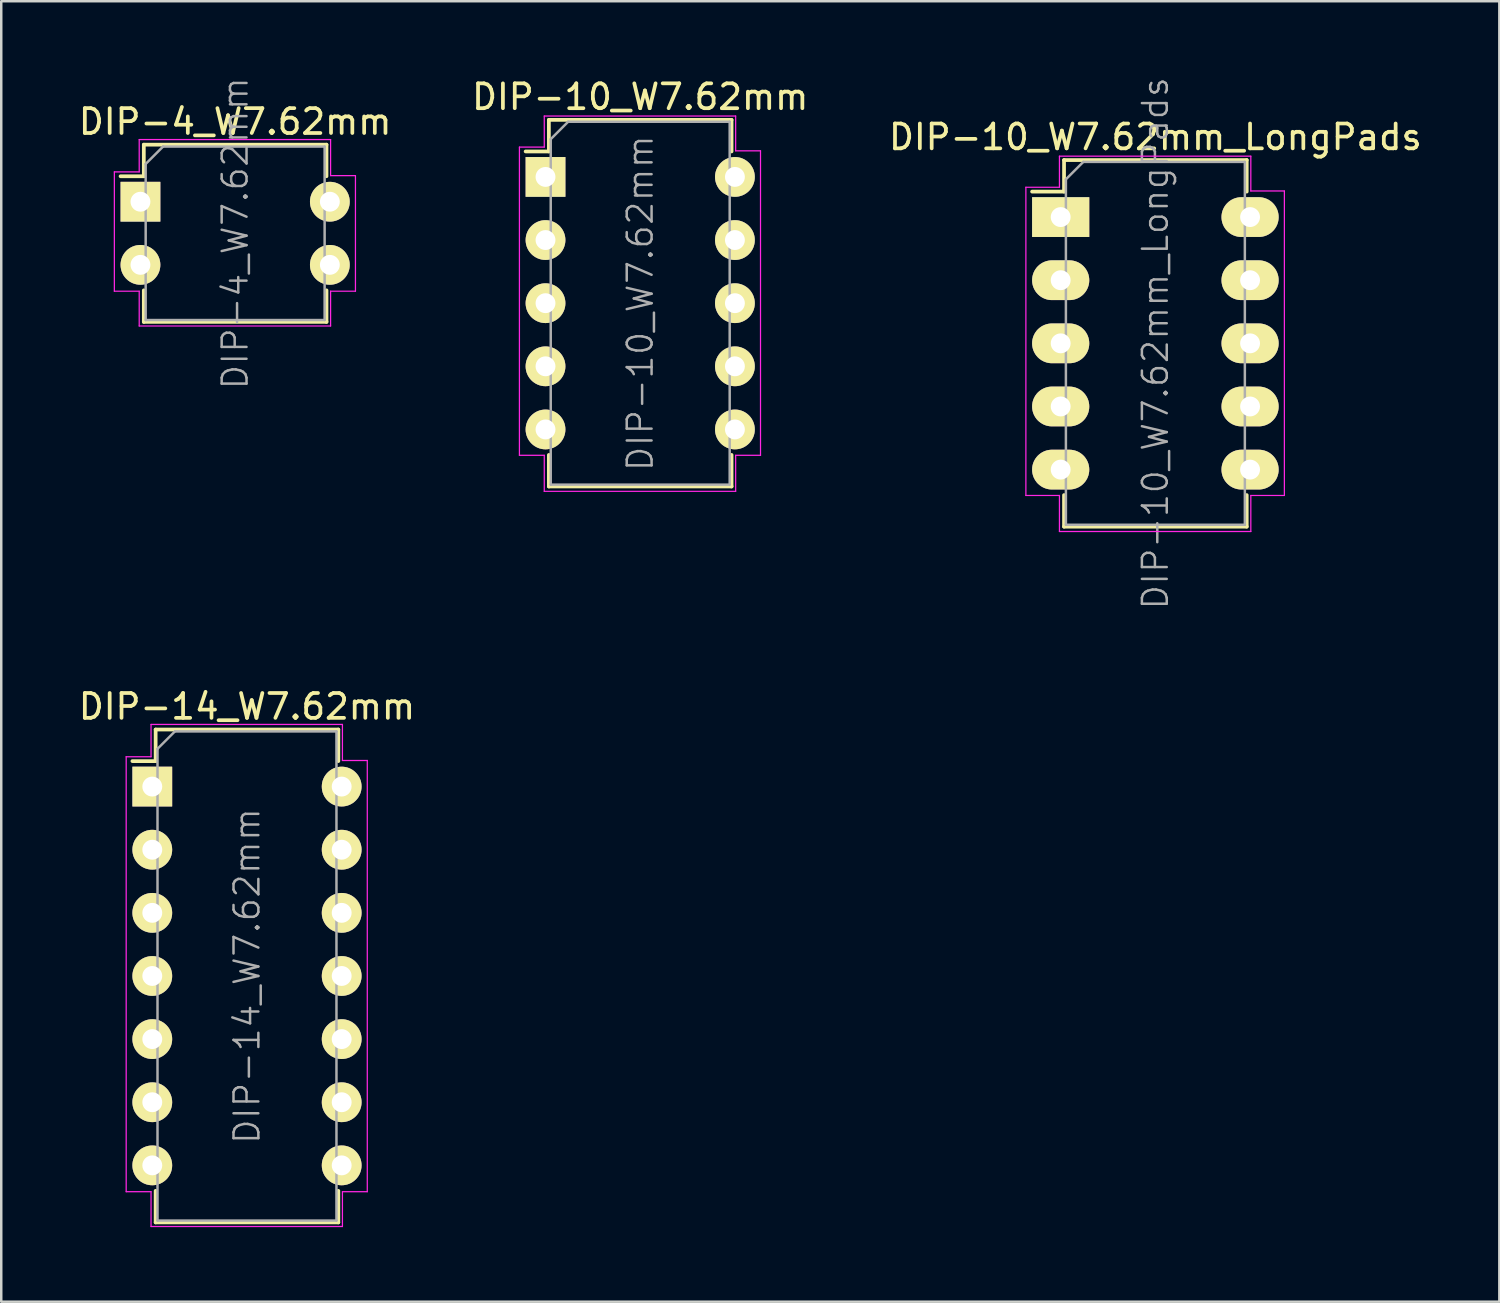
<source format=kicad_pcb>
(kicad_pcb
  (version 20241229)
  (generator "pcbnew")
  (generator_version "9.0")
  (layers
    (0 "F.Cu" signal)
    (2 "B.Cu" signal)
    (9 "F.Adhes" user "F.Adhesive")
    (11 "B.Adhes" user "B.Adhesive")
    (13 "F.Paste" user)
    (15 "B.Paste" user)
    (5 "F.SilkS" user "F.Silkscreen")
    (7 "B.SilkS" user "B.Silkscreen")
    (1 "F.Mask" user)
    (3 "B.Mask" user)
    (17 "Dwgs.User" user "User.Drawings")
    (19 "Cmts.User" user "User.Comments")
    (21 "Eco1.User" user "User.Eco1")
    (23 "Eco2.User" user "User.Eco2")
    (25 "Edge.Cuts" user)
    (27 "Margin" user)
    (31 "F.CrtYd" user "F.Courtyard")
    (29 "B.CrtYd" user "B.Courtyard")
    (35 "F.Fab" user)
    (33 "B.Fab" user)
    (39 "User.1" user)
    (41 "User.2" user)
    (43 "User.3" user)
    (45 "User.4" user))
  (footprint "DIP-14_W7.62mm"
    (layer "F.Cu")
    (at 3.077 28.597)
    (property "Reference" "DIP-14_W7.62mm" (at 3.81 -3.22 0) (layer "F.SilkS") (effects (font (size 1 1) (thickness 0.15))))
    (attr smd)
    (fp_line (start 0.135 -2.295) (end 0.135 -1.025) (stroke (width 0.15) (type solid)) (layer "F.SilkS"))
    (fp_line (start 0.135 -2.295) (end 7.485 -2.295) (stroke (width 0.15) (type solid)) (layer "F.SilkS"))
    (fp_line (start 0.135 -1.025) (end -0.8 -1.025) (stroke (width 0.15) (type solid)) (layer "F.SilkS"))
    (fp_line (start 0.135 17.535) (end 0.135 16.265) (stroke (width 0.15) (type solid)) (layer "F.SilkS"))
    (fp_line (start 0.135 17.535) (end 7.485 17.535) (stroke (width 0.15) (type solid)) (layer "F.SilkS"))
    (fp_line (start 7.485 -2.295) (end 7.485 -1.025) (stroke (width 0.15) (type solid)) (layer "F.SilkS"))
    (fp_line (start 7.485 17.535) (end 7.485 16.265) (stroke (width 0.15) (type solid)) (layer "F.SilkS"))
    (fp_line (start -1.05 -1.2) (end -1.05 16.3) (stroke (width 0.05) (type solid)) (layer "F.CrtYd"))
    (fp_line (start -1.05 -1.2) (end -0.05 -1.2) (stroke (width 0.05) (type solid)) (layer "F.CrtYd"))
    (fp_line (start -1.05 16.3) (end -0.05 16.3) (stroke (width 0.05) (type solid)) (layer "F.CrtYd"))
    (fp_line (start -0.05 -2.5) (end -0.05 -1.2) (stroke (width 0.05) (type solid)) (layer "F.CrtYd"))
    (fp_line (start -0.05 17.7) (end -0.05 16.3) (stroke (width 0.05) (type solid)) (layer "F.CrtYd"))
    (fp_line (start 7.65 -2.5) (end -0.05 -2.5) (stroke (width 0.05) (type solid)) (layer "F.CrtYd"))
    (fp_line (start 7.65 -2.5) (end 7.65 -1.05) (stroke (width 0.05) (type solid)) (layer "F.CrtYd"))
    (fp_line (start 7.65 17.7) (end -0.05 17.7) (stroke (width 0.05) (type solid)) (layer "F.CrtYd"))
    (fp_line (start 7.65 17.7) (end 7.65 16.3) (stroke (width 0.05) (type solid)) (layer "F.CrtYd"))
    (fp_line (start 8.65 -1.05) (end 7.65 -1.05) (stroke (width 0.05) (type solid)) (layer "F.CrtYd"))
    (fp_line (start 8.65 -1.05) (end 8.65 16.3) (stroke (width 0.05) (type solid)) (layer "F.CrtYd"))
    (fp_line (start 8.65 16.3) (end 7.65 16.3) (stroke (width 0.05) (type solid)) (layer "F.CrtYd"))
    (fp_line (start 0.21 -1.52) (end 0.91 -2.22) (stroke (width 0.1) (type solid)) (layer "F.Fab"))
    (fp_line (start 0.21 17.46) (end 0.21 -1.52) (stroke (width 0.1) (type solid)) (layer "F.Fab"))
    (fp_line (start 7.41 -2.22) (end 0.91 -2.22) (stroke (width 0.1) (type solid)) (layer "F.Fab"))
    (fp_line (start 7.41 17.46) (end 0.21 17.46) (stroke (width 0.1) (type solid)) (layer "F.Fab"))
    (fp_line (start 7.41 17.46) (end 7.41 -2.22) (stroke (width 0.1) (type solid)) (layer "F.Fab"))
    (fp_text user "${REFERENCE}" (at 3.81 7.62 90) (layer "F.Fab") (effects (font (size 1 1) (thickness 0.1))))
    (pad "1" thru_hole rect (at 0 0) (size 1.6 1.6) (drill 0.8) (layers "*.Cu" "*.Mask" "F.SilkS"))
    (pad "2" thru_hole oval (at 0 2.54) (size 1.6 1.6) (drill 0.8) (layers "*.Cu" "*.Mask" "F.SilkS"))
    (pad "3" thru_hole oval (at 0 5.08) (size 1.6 1.6) (drill 0.8) (layers "*.Cu" "*.Mask" "F.SilkS"))
    (pad "4" thru_hole oval (at 0 7.62) (size 1.6 1.6) (drill 0.8) (layers "*.Cu" "*.Mask" "F.SilkS"))
    (pad "5" thru_hole oval (at 0 10.16) (size 1.6 1.6) (drill 0.8) (layers "*.Cu" "*.Mask" "F.SilkS"))
    (pad "6" thru_hole oval (at 0 12.7) (size 1.6 1.6) (drill 0.8) (layers "*.Cu" "*.Mask" "F.SilkS"))
    (pad "7" thru_hole oval (at 0 15.24) (size 1.6 1.6) (drill 0.8) (layers "*.Cu" "*.Mask" "F.SilkS"))
    (pad "8" thru_hole oval (at 7.62 15.24) (size 1.6 1.6) (drill 0.8) (layers "*.Cu" "*.Mask" "F.SilkS"))
    (pad "9" thru_hole oval (at 7.62 12.7) (size 1.6 1.6) (drill 0.8) (layers "*.Cu" "*.Mask" "F.SilkS"))
    (pad "10" thru_hole oval (at 7.62 10.16) (size 1.6 1.6) (drill 0.8) (layers "*.Cu" "*.Mask" "F.SilkS"))
    (pad "11" thru_hole oval (at 7.62 7.62) (size 1.6 1.6) (drill 0.8) (layers "*.Cu" "*.Mask" "F.SilkS"))
    (pad "12" thru_hole oval (at 7.62 5.08) (size 1.6 1.6) (drill 0.8) (layers "*.Cu" "*.Mask" "F.SilkS"))
    (pad "13" thru_hole oval (at 7.62 2.54) (size 1.6 1.6) (drill 0.8) (layers "*.Cu" "*.Mask" "F.SilkS"))
    (pad "14" thru_hole oval (at 7.62 0) (size 1.6 1.6) (drill 0.8) (layers "*.Cu" "*.Mask" "F.SilkS")))
  (footprint "DIP-10_W7.62mm_LongPads"
    (layer "F.Cu")
    (at 39.625 5.684)
    (property "Reference" "DIP-10_W7.62mm_LongPads" (at 3.81 -3.22 0) (layer "F.SilkS") (effects (font (size 1 1) (thickness 0.15))))
    (attr smd)
    (fp_line (start 0.135 -2.295) (end 0.135 -1.025) (stroke (width 0.15) (type solid)) (layer "F.SilkS"))
    (fp_line (start 0.135 -2.295) (end 7.485 -2.295) (stroke (width 0.15) (type solid)) (layer "F.SilkS"))
    (fp_line (start 0.135 -1.025) (end -1.15 -1.025) (stroke (width 0.15) (type solid)) (layer "F.SilkS"))
    (fp_line (start 0.135 12.455) (end 0.135 11.185) (stroke (width 0.15) (type solid)) (layer "F.SilkS"))
    (fp_line (start 0.135 12.455) (end 7.485 12.455) (stroke (width 0.15) (type solid)) (layer "F.SilkS"))
    (fp_line (start 7.485 -2.295) (end 7.485 -1.025) (stroke (width 0.15) (type solid)) (layer "F.SilkS"))
    (fp_line (start 7.485 12.455) (end 7.485 11.185) (stroke (width 0.15) (type solid)) (layer "F.SilkS"))
    (fp_line (start -1.4 -1.2) (end -1.4 11.2) (stroke (width 0.05) (type solid)) (layer "F.CrtYd"))
    (fp_line (start -1.4 -1.2) (end -0.05 -1.2) (stroke (width 0.05) (type solid)) (layer "F.CrtYd"))
    (fp_line (start -1.4 11.2) (end -0.05 11.2) (stroke (width 0.05) (type solid)) (layer "F.CrtYd"))
    (fp_line (start -0.05 -2.45) (end -0.05 -1.2) (stroke (width 0.05) (type solid)) (layer "F.CrtYd"))
    (fp_line (start -0.05 12.65) (end -0.05 11.2) (stroke (width 0.05) (type solid)) (layer "F.CrtYd"))
    (fp_line (start 7.65 -2.45) (end -0.05 -2.45) (stroke (width 0.05) (type solid)) (layer "F.CrtYd"))
    (fp_line (start 7.65 -2.45) (end 7.65 -1.05) (stroke (width 0.05) (type solid)) (layer "F.CrtYd"))
    (fp_line (start 7.65 12.65) (end -0.05 12.65) (stroke (width 0.05) (type solid)) (layer "F.CrtYd"))
    (fp_line (start 7.65 12.65) (end 7.65 11.2) (stroke (width 0.05) (type solid)) (layer "F.CrtYd"))
    (fp_line (start 9 -1.05) (end 7.65 -1.05) (stroke (width 0.05) (type solid)) (layer "F.CrtYd"))
    (fp_line (start 9 -1.05) (end 9 11.2) (stroke (width 0.05) (type solid)) (layer "F.CrtYd"))
    (fp_line (start 9 11.2) (end 7.65 11.2) (stroke (width 0.05) (type solid)) (layer "F.CrtYd"))
    (fp_line (start 0.21 -1.52) (end 0.91 -2.22) (stroke (width 0.1) (type solid)) (layer "F.Fab"))
    (fp_line (start 0.21 12.38) (end 0.21 -1.52) (stroke (width 0.1) (type solid)) (layer "F.Fab"))
    (fp_line (start 7.41 -2.22) (end 0.91 -2.22) (stroke (width 0.1) (type solid)) (layer "F.Fab"))
    (fp_line (start 7.41 12.38) (end 0.21 12.38) (stroke (width 0.1) (type solid)) (layer "F.Fab"))
    (fp_line (start 7.41 12.38) (end 7.41 -2.22) (stroke (width 0.1) (type solid)) (layer "F.Fab"))
    (fp_text user "${REFERENCE}" (at 3.81 5.08 90) (layer "F.Fab") (effects (font (size 1 1) (thickness 0.1))))
    (pad "1" thru_hole rect (at 0 0) (size 2.3 1.6) (drill 0.8) (layers "*.Cu" "*.Mask" "F.SilkS"))
    (pad "2" thru_hole oval (at 0 2.54) (size 2.3 1.6) (drill 0.8) (layers "*.Cu" "*.Mask" "F.SilkS"))
    (pad "3" thru_hole oval (at 0 5.08) (size 2.3 1.6) (drill 0.8) (layers "*.Cu" "*.Mask" "F.SilkS"))
    (pad "4" thru_hole oval (at 0 7.62) (size 2.3 1.6) (drill 0.8) (layers "*.Cu" "*.Mask" "F.SilkS"))
    (pad "5" thru_hole oval (at 0 10.16) (size 2.3 1.6) (drill 0.8) (layers "*.Cu" "*.Mask" "F.SilkS"))
    (pad "6" thru_hole oval (at 7.62 10.16) (size 2.3 1.6) (drill 0.8) (layers "*.Cu" "*.Mask" "F.SilkS"))
    (pad "7" thru_hole oval (at 7.62 7.62) (size 2.3 1.6) (drill 0.8) (layers "*.Cu" "*.Mask" "F.SilkS"))
    (pad "8" thru_hole oval (at 7.62 5.08) (size 2.3 1.6) (drill 0.8) (layers "*.Cu" "*.Mask" "F.SilkS"))
    (pad "9" thru_hole oval (at 7.62 2.54) (size 2.3 1.6) (drill 0.8) (layers "*.Cu" "*.Mask" "F.SilkS"))
    (pad "10" thru_hole oval (at 7.62 0) (size 2.3 1.6) (drill 0.8) (layers "*.Cu" "*.Mask" "F.SilkS")))
  (footprint "DIP-4_W7.62mm"
    (layer "F.Cu")
    (at 2.601 5.066)
    (property "Reference" "DIP-4_W7.62mm" (at 3.81 -3.22 0) (layer "F.SilkS") (effects (font (size 1 1) (thickness 0.15))))
    (attr smd)
    (fp_line (start 0.135 -2.295) (end 0.135 -1.025) (stroke (width 0.15) (type solid)) (layer "F.SilkS"))
    (fp_line (start 0.135 -2.295) (end 7.485 -2.295) (stroke (width 0.15) (type solid)) (layer "F.SilkS"))
    (fp_line (start 0.135 -1.025) (end -0.8 -1.025) (stroke (width 0.15) (type solid)) (layer "F.SilkS"))
    (fp_line (start 0.135 4.835) (end 0.135 3.565) (stroke (width 0.15) (type solid)) (layer "F.SilkS"))
    (fp_line (start 0.135 4.835) (end 7.485 4.835) (stroke (width 0.15) (type solid)) (layer "F.SilkS"))
    (fp_line (start 7.485 -2.295) (end 7.485 -1.025) (stroke (width 0.15) (type solid)) (layer "F.SilkS"))
    (fp_line (start 7.485 4.835) (end 7.485 3.565) (stroke (width 0.15) (type solid)) (layer "F.SilkS"))
    (fp_line (start -1.05 -1.2) (end -1.05 3.6) (stroke (width 0.05) (type solid)) (layer "F.CrtYd"))
    (fp_line (start -1.05 -1.2) (end -0.05 -1.2) (stroke (width 0.05) (type solid)) (layer "F.CrtYd"))
    (fp_line (start -1.05 3.6) (end -0.05 3.6) (stroke (width 0.05) (type solid)) (layer "F.CrtYd"))
    (fp_line (start -0.05 -2.5) (end -0.05 -1.2) (stroke (width 0.05) (type solid)) (layer "F.CrtYd"))
    (fp_line (start -0.05 5) (end -0.05 3.6) (stroke (width 0.05) (type solid)) (layer "F.CrtYd"))
    (fp_line (start 7.65 -2.5) (end -0.05 -2.5) (stroke (width 0.05) (type solid)) (layer "F.CrtYd"))
    (fp_line (start 7.65 -2.5) (end 7.65 -1.05) (stroke (width 0.05) (type solid)) (layer "F.CrtYd"))
    (fp_line (start 7.65 5) (end -0.05 5) (stroke (width 0.05) (type solid)) (layer "F.CrtYd"))
    (fp_line (start 7.65 5) (end 7.65 3.6) (stroke (width 0.05) (type solid)) (layer "F.CrtYd"))
    (fp_line (start 8.65 -1.05) (end 7.65 -1.05) (stroke (width 0.05) (type solid)) (layer "F.CrtYd"))
    (fp_line (start 8.65 -1.05) (end 8.65 3.6) (stroke (width 0.05) (type solid)) (layer "F.CrtYd"))
    (fp_line (start 8.65 3.6) (end 7.65 3.6) (stroke (width 0.05) (type solid)) (layer "F.CrtYd"))
    (fp_line (start 0.21 -1.52) (end 0.91 -2.22) (stroke (width 0.1) (type solid)) (layer "F.Fab"))
    (fp_line (start 0.21 4.76) (end 0.21 -1.52) (stroke (width 0.1) (type solid)) (layer "F.Fab"))
    (fp_line (start 7.41 -2.22) (end 0.91 -2.22) (stroke (width 0.1) (type solid)) (layer "F.Fab"))
    (fp_line (start 7.41 4.76) (end 0.21 4.76) (stroke (width 0.1) (type solid)) (layer "F.Fab"))
    (fp_line (start 7.41 4.76) (end 7.41 -2.22) (stroke (width 0.1) (type solid)) (layer "F.Fab"))
    (fp_text user "${REFERENCE}" (at 3.81 1.27 90) (layer "F.Fab") (effects (font (size 1 1) (thickness 0.1))))
    (pad "1" thru_hole rect (at 0 0) (size 1.6 1.6) (drill 0.8) (layers "*.Cu" "*.Mask" "F.SilkS"))
    (pad "2" thru_hole oval (at 0 2.54) (size 1.6 1.6) (drill 0.8) (layers "*.Cu" "*.Mask" "F.SilkS"))
    (pad "3" thru_hole oval (at 7.62 2.54) (size 1.6 1.6) (drill 0.8) (layers "*.Cu" "*.Mask" "F.SilkS"))
    (pad "4" thru_hole oval (at 7.62 0) (size 1.6 1.6) (drill 0.8) (layers "*.Cu" "*.Mask" "F.SilkS")))
  (footprint "DIP-10_W7.62mm"
    (layer "F.Cu")
    (at 18.898 4.068)
    (property "Reference" "DIP-10_W7.62mm" (at 3.81 -3.22 0) (layer "F.SilkS") (effects (font (size 1 1) (thickness 0.15))))
    (attr smd)
    (fp_line (start 0.135 -2.295) (end 0.135 -1.025) (stroke (width 0.15) (type solid)) (layer "F.SilkS"))
    (fp_line (start 0.135 -2.295) (end 7.485 -2.295) (stroke (width 0.15) (type solid)) (layer "F.SilkS"))
    (fp_line (start 0.135 -1.025) (end -0.8 -1.025) (stroke (width 0.15) (type solid)) (layer "F.SilkS"))
    (fp_line (start 0.135 12.455) (end 0.135 11.185) (stroke (width 0.15) (type solid)) (layer "F.SilkS"))
    (fp_line (start 0.135 12.455) (end 7.485 12.455) (stroke (width 0.15) (type solid)) (layer "F.SilkS"))
    (fp_line (start 7.485 -2.295) (end 7.485 -1.025) (stroke (width 0.15) (type solid)) (layer "F.SilkS"))
    (fp_line (start 7.485 12.455) (end 7.485 11.185) (stroke (width 0.15) (type solid)) (layer "F.SilkS"))
    (fp_line (start -1.05 -1.2) (end -1.05 11.2) (stroke (width 0.05) (type solid)) (layer "F.CrtYd"))
    (fp_line (start -1.05 -1.2) (end -0.05 -1.2) (stroke (width 0.05) (type solid)) (layer "F.CrtYd"))
    (fp_line (start -1.05 11.2) (end -0.05 11.2) (stroke (width 0.05) (type solid)) (layer "F.CrtYd"))
    (fp_line (start -0.05 -2.45) (end -0.05 -1.2) (stroke (width 0.05) (type solid)) (layer "F.CrtYd"))
    (fp_line (start -0.05 12.65) (end -0.05 11.2) (stroke (width 0.05) (type solid)) (layer "F.CrtYd"))
    (fp_line (start 7.65 -2.45) (end -0.05 -2.45) (stroke (width 0.05) (type solid)) (layer "F.CrtYd"))
    (fp_line (start 7.65 -2.45) (end 7.65 -1.05) (stroke (width 0.05) (type solid)) (layer "F.CrtYd"))
    (fp_line (start 7.65 12.65) (end -0.05 12.65) (stroke (width 0.05) (type solid)) (layer "F.CrtYd"))
    (fp_line (start 7.65 12.65) (end 7.65 11.2) (stroke (width 0.05) (type solid)) (layer "F.CrtYd"))
    (fp_line (start 8.65 -1.05) (end 7.65 -1.05) (stroke (width 0.05) (type solid)) (layer "F.CrtYd"))
    (fp_line (start 8.65 -1.05) (end 8.65 11.2) (stroke (width 0.05) (type solid)) (layer "F.CrtYd"))
    (fp_line (start 8.65 11.2) (end 7.65 11.2) (stroke (width 0.05) (type solid)) (layer "F.CrtYd"))
    (fp_line (start 0.21 -1.52) (end 0.91 -2.22) (stroke (width 0.1) (type solid)) (layer "F.Fab"))
    (fp_line (start 0.21 12.38) (end 0.21 -1.52) (stroke (width 0.1) (type solid)) (layer "F.Fab"))
    (fp_line (start 7.41 -2.22) (end 0.91 -2.22) (stroke (width 0.1) (type solid)) (layer "F.Fab"))
    (fp_line (start 7.41 12.38) (end 0.21 12.38) (stroke (width 0.1) (type solid)) (layer "F.Fab"))
    (fp_line (start 7.41 12.38) (end 7.41 -2.22) (stroke (width 0.1) (type solid)) (layer "F.Fab"))
    (fp_text user "${REFERENCE}" (at 3.81 5.08 90) (layer "F.Fab") (effects (font (size 1 1) (thickness 0.1))))
    (pad "1" thru_hole rect (at 0 0) (size 1.6 1.6) (drill 0.8) (layers "*.Cu" "*.Mask" "F.SilkS"))
    (pad "2" thru_hole oval (at 0 2.54) (size 1.6 1.6) (drill 0.8) (layers "*.Cu" "*.Mask" "F.SilkS"))
    (pad "3" thru_hole oval (at 0 5.08) (size 1.6 1.6) (drill 0.8) (layers "*.Cu" "*.Mask" "F.SilkS"))
    (pad "4" thru_hole oval (at 0 7.62) (size 1.6 1.6) (drill 0.8) (layers "*.Cu" "*.Mask" "F.SilkS"))
    (pad "5" thru_hole oval (at 0 10.16) (size 1.6 1.6) (drill 0.8) (layers "*.Cu" "*.Mask" "F.SilkS"))
    (pad "6" thru_hole oval (at 7.62 10.16) (size 1.6 1.6) (drill 0.8) (layers "*.Cu" "*.Mask" "F.SilkS"))
    (pad "7" thru_hole oval (at 7.62 7.62) (size 1.6 1.6) (drill 0.8) (layers "*.Cu" "*.Mask" "F.SilkS"))
    (pad "8" thru_hole oval (at 7.62 5.08) (size 1.6 1.6) (drill 0.8) (layers "*.Cu" "*.Mask" "F.SilkS"))
    (pad "9" thru_hole oval (at 7.62 2.54) (size 1.6 1.6) (drill 0.8) (layers "*.Cu" "*.Mask" "F.SilkS"))
    (pad "10" thru_hole oval (at 7.62 0) (size 1.6 1.6) (drill 0.8) (layers "*.Cu" "*.Mask" "F.SilkS")))
  (gr_rect
    (start -3 -3)
    (end 57.274 49.322)
    (stroke (width 0.1) (type default))
    (fill no)
    (layer "Edge.Cuts")))
</source>
